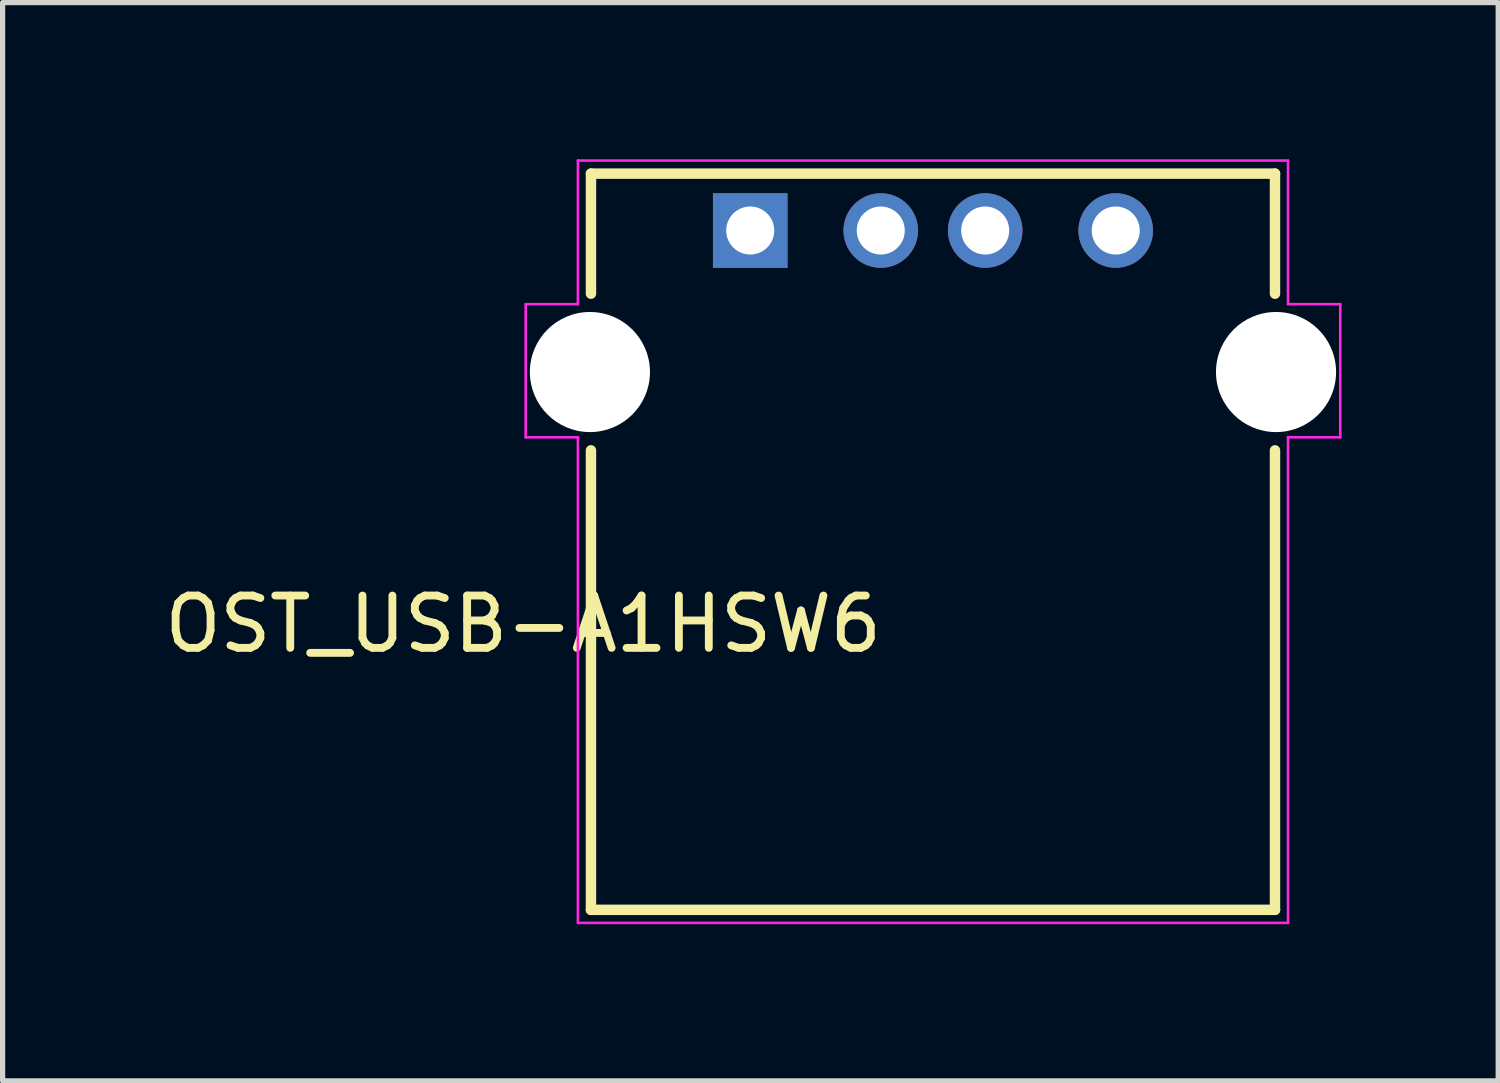
<source format=kicad_pcb>
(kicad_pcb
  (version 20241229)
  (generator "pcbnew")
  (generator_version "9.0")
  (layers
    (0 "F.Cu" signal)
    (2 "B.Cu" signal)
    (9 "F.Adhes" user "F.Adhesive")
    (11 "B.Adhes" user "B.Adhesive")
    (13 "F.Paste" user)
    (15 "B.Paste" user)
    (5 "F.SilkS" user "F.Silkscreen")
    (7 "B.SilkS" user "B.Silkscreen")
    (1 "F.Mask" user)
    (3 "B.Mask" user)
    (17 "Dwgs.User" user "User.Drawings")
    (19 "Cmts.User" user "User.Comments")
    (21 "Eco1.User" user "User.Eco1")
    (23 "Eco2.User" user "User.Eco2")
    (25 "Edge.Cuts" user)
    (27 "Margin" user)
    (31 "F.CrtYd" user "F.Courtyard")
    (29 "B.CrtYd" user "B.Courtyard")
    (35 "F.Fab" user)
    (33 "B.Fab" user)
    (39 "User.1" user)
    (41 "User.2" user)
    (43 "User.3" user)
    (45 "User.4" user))
  (footprint "OST_USB-A1HSW6"
    (layer "F.Cu")
    (at 14.818 7.875)
    (property "Reference" "OST_USB-A1HSW6" (at -7.848 1.027 180) (layer "F.SilkS") (effects (font (size 1.002 1.002) (thickness 0.15))))
    (attr through_hole)
    (fp_line (start -6.55 -7.6) (end 6.55 -7.6) (stroke (width 0.2) (type solid)) (layer "F.SilkS"))
    (fp_line (start -6.55 -5.3) (end -6.55 -7.6) (stroke (width 0.2) (type solid)) (layer "F.SilkS"))
    (fp_line (start -6.55 -2.3) (end -6.55 6.5) (stroke (width 0.2) (type solid)) (layer "F.SilkS"))
    (fp_line (start -6.55 6.5) (end 6.55 6.5) (stroke (width 0.2) (type solid)) (layer "F.SilkS"))
    (fp_line (start 6.55 -7.6) (end 6.55 -5.3) (stroke (width 0.2) (type solid)) (layer "F.SilkS"))
    (fp_line (start 6.55 6.5) (end 6.55 -2.3) (stroke (width 0.2) (type solid)) (layer "F.SilkS"))
    (fp_line (start -7.8 -5.1) (end -6.8 -5.1) (stroke (width 0.05) (type solid)) (layer "F.CrtYd"))
    (fp_line (start -7.8 -2.55) (end -7.8 -5.1) (stroke (width 0.05) (type solid)) (layer "F.CrtYd"))
    (fp_line (start -6.8 -7.85) (end 6.8 -7.85) (stroke (width 0.05) (type solid)) (layer "F.CrtYd"))
    (fp_line (start -6.8 -5.1) (end -6.8 -7.85) (stroke (width 0.05) (type solid)) (layer "F.CrtYd"))
    (fp_line (start -6.8 -2.55) (end -7.8 -2.55) (stroke (width 0.05) (type solid)) (layer "F.CrtYd"))
    (fp_line (start -6.8 6.75) (end -6.8 -2.55) (stroke (width 0.05) (type solid)) (layer "F.CrtYd"))
    (fp_line (start 6.8 -7.85) (end 6.8 -5.1) (stroke (width 0.05) (type solid)) (layer "F.CrtYd"))
    (fp_line (start 6.8 -5.1) (end 7.8 -5.1) (stroke (width 0.05) (type solid)) (layer "F.CrtYd"))
    (fp_line (start 6.8 -2.55) (end 6.8 6.75) (stroke (width 0.05) (type solid)) (layer "F.CrtYd"))
    (fp_line (start 6.8 6.75) (end -6.8 6.75) (stroke (width 0.05) (type solid)) (layer "F.CrtYd"))
    (fp_line (start 7.8 -5.1) (end 7.8 -2.55) (stroke (width 0.05) (type solid)) (layer "F.CrtYd"))
    (fp_line (start 7.8 -2.55) (end 6.8 -2.55) (stroke (width 0.05) (type solid)) (layer "F.CrtYd"))
    (pad "" np_thru_hole circle (at -6.57 -3.8) (size 2.3 2.3) (drill 2.3) (layers "*.Cu" "*.Mask"))
    (pad "" np_thru_hole circle (at 6.57 -3.8) (size 2.3 2.3) (drill 2.3) (layers "*.Cu" "*.Mask"))
    (pad "1" thru_hole rect (at -3.5 -6.51) (size 1.428 1.428) (drill 0.92) (layers "*.Cu" "*.Mask"))
    (pad "2" thru_hole circle (at -1 -6.51) (size 1.428 1.428) (drill 0.92) (layers "*.Cu" "*.Mask"))
    (pad "3" thru_hole circle (at 1 -6.51) (size 1.428 1.428) (drill 0.92) (layers "*.Cu" "*.Mask"))
    (pad "4" thru_hole circle (at 3.5 -6.51) (size 1.428 1.428) (drill 0.92) (layers "*.Cu" "*.Mask")))
  (gr_rect
    (start -3 -3)
    (end 25.643 17.65)
    (stroke (width 0.1) (type default))
    (fill no)
    (layer "Edge.Cuts")))
</source>
